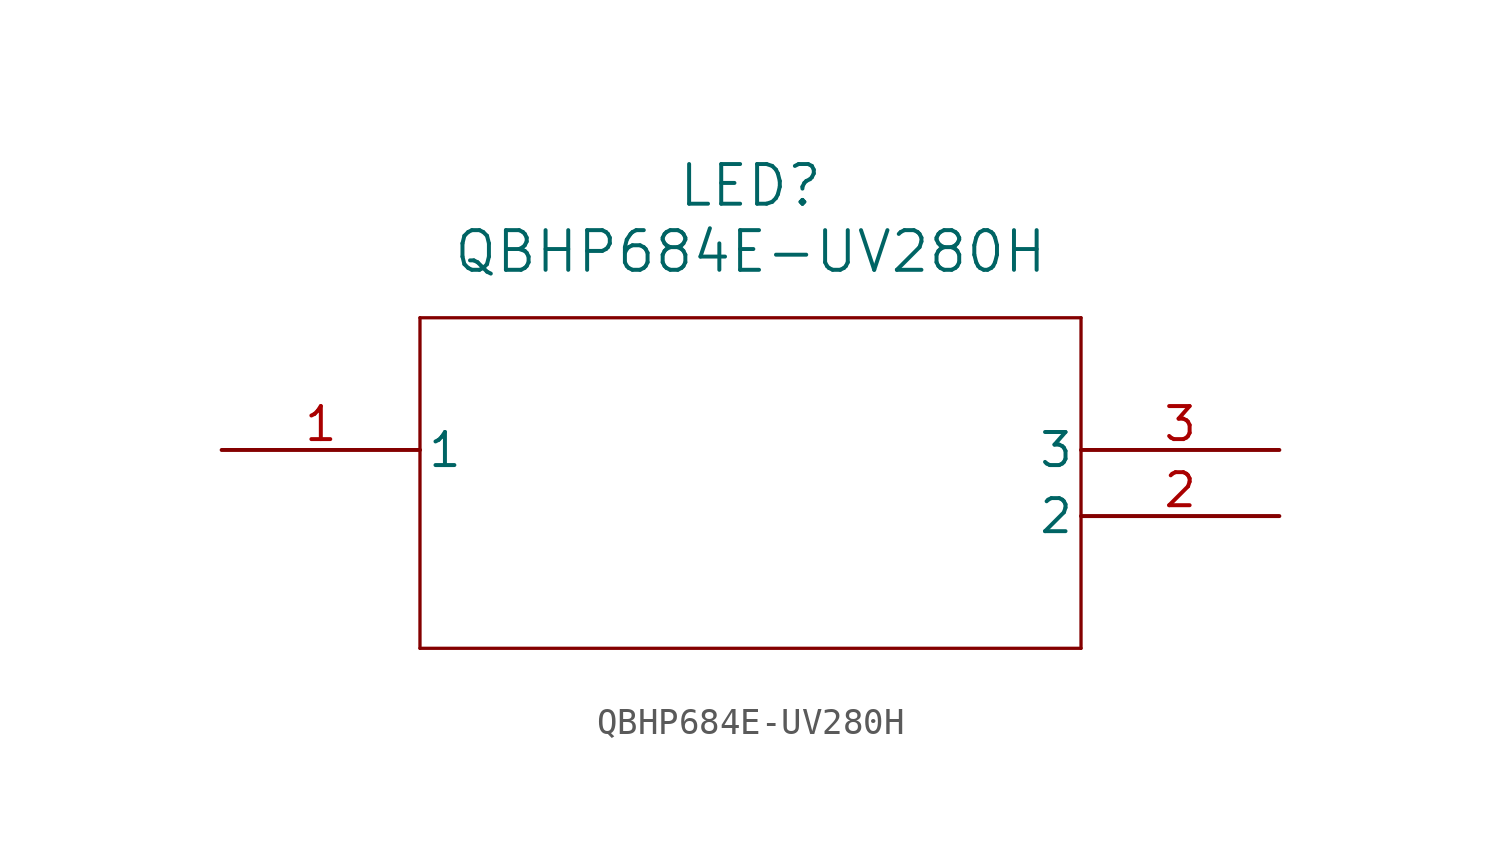
<source format=kicad_sym>
(kicad_symbol_lib
  (version 20211014)
  (generator kicad_symbol_editor)
  (symbol "QBHP684E-UV280H"
    (pin_names
      (offset 0.254))
    (property "Reference" "LED"
      (at 20.32 10.16 0)
      (effects (font (size 1.524 1.524))))
    (property "Value" "QBHP684E-UV280H"
      (at 20.32 7.62 0)
      (effects (font (size 1.524 1.524))))
    (symbol "QBHP684E-UV280H_0_1"
      (polyline (pts (xy 7.62 5.08) (xy 7.62 -7.62)) (stroke (width 0.127) (type default) (color 0 0 0 0)) (fill (type none)))
      (polyline (pts (xy 7.62 -7.62) (xy 33.02 -7.62)) (stroke (width 0.127) (type default) (color 0 0 0 0)) (fill (type none)))
      (polyline (pts (xy 33.02 -7.62) (xy 33.02 5.08)) (stroke (width 0.127) (type default) (color 0 0 0 0)) (fill (type none)))
      (polyline (pts (xy 33.02 5.08) (xy 7.62 5.08)) (stroke (width 0.127) (type default) (color 0 0 0 0)) (fill (type none)))
      (pin unspecified line (at 0 0 0) (length 7.62) (name "1" (effects (font (size 1.27 1.27)))) (number "1" (effects (font (size 1.27 1.27)))))
      (pin unspecified line (at 40.64 -2.54 180) (length 7.62) (name "2" (effects (font (size 1.27 1.27)))) (number "2" (effects (font (size 1.27 1.27)))))
      (pin unspecified line (at 40.64 0 180) (length 7.62) (name "3" (effects (font (size 1.27 1.27)))) (number "3" (effects (font (size 1.27 1.27))))))))
</source>
